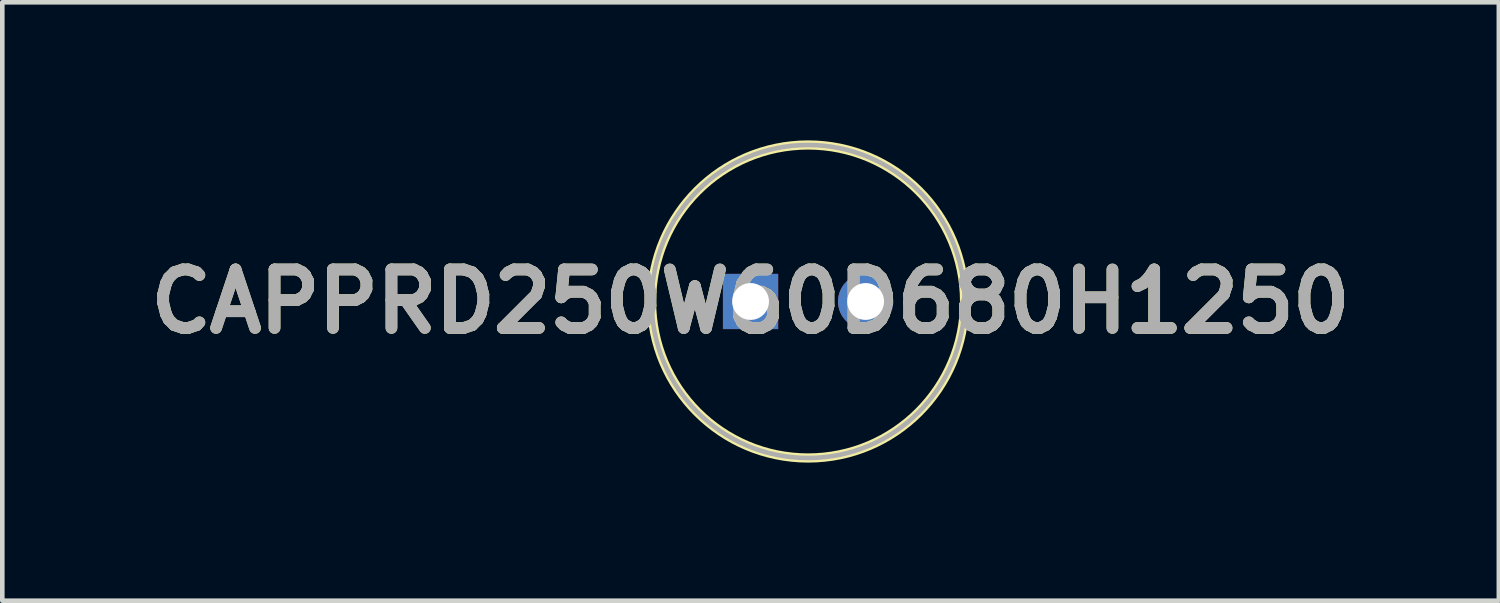
<source format=kicad_pcb>
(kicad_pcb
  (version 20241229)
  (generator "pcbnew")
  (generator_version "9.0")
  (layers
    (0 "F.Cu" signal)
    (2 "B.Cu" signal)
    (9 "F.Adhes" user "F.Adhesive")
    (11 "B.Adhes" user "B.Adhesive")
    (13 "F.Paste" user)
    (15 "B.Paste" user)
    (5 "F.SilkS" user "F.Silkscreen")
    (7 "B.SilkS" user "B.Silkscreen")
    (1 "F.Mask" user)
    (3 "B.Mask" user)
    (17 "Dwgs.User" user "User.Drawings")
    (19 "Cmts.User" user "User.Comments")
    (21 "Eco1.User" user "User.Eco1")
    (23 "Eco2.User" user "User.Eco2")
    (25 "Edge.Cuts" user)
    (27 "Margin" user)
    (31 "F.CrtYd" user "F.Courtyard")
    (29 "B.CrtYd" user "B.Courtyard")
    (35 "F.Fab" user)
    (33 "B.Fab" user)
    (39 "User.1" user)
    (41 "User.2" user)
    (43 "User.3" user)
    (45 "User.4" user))
  (footprint "CAPPRD250W60D680H1250"
    (layer "F.Cu")
    (at 13.256 3.5)
    (property "Reference" "CAPPRD250W60D680H1250" (at 0 0 0) (layer "F.SilkS") (effects (font (size 1.27 1.27) (thickness 0.254))))
    (attr through_hole)
    (fp_circle (center 1.25 0) (end 1.25 3.4) (stroke (width 0.2) (type solid)) (fill no) (layer "F.SilkS"))
    (fp_circle (center 1.25 0) (end 1.25 3.4) (stroke (width 0.1) (type solid)) (fill no) (layer "F.Fab"))
    (fp_text user "${REFERENCE}" (at 0 0 0) (layer "F.Fab") (effects (font (size 1.27 1.27) (thickness 0.254))))
    (pad "1" thru_hole rect (at 0 0) (size 1.2 1.2) (drill 0.8) (layers "*.Cu" "*.Mask"))
    (pad "2" thru_hole circle (at 2.5 0) (size 1.2 1.2) (drill 0.8) (layers "*.Cu" "*.Mask")))
  (gr_rect
    (start -3 -3)
    (end 29.513 10)
    (stroke (width 0.1) (type default))
    (fill no)
    (layer "Edge.Cuts")))
</source>
